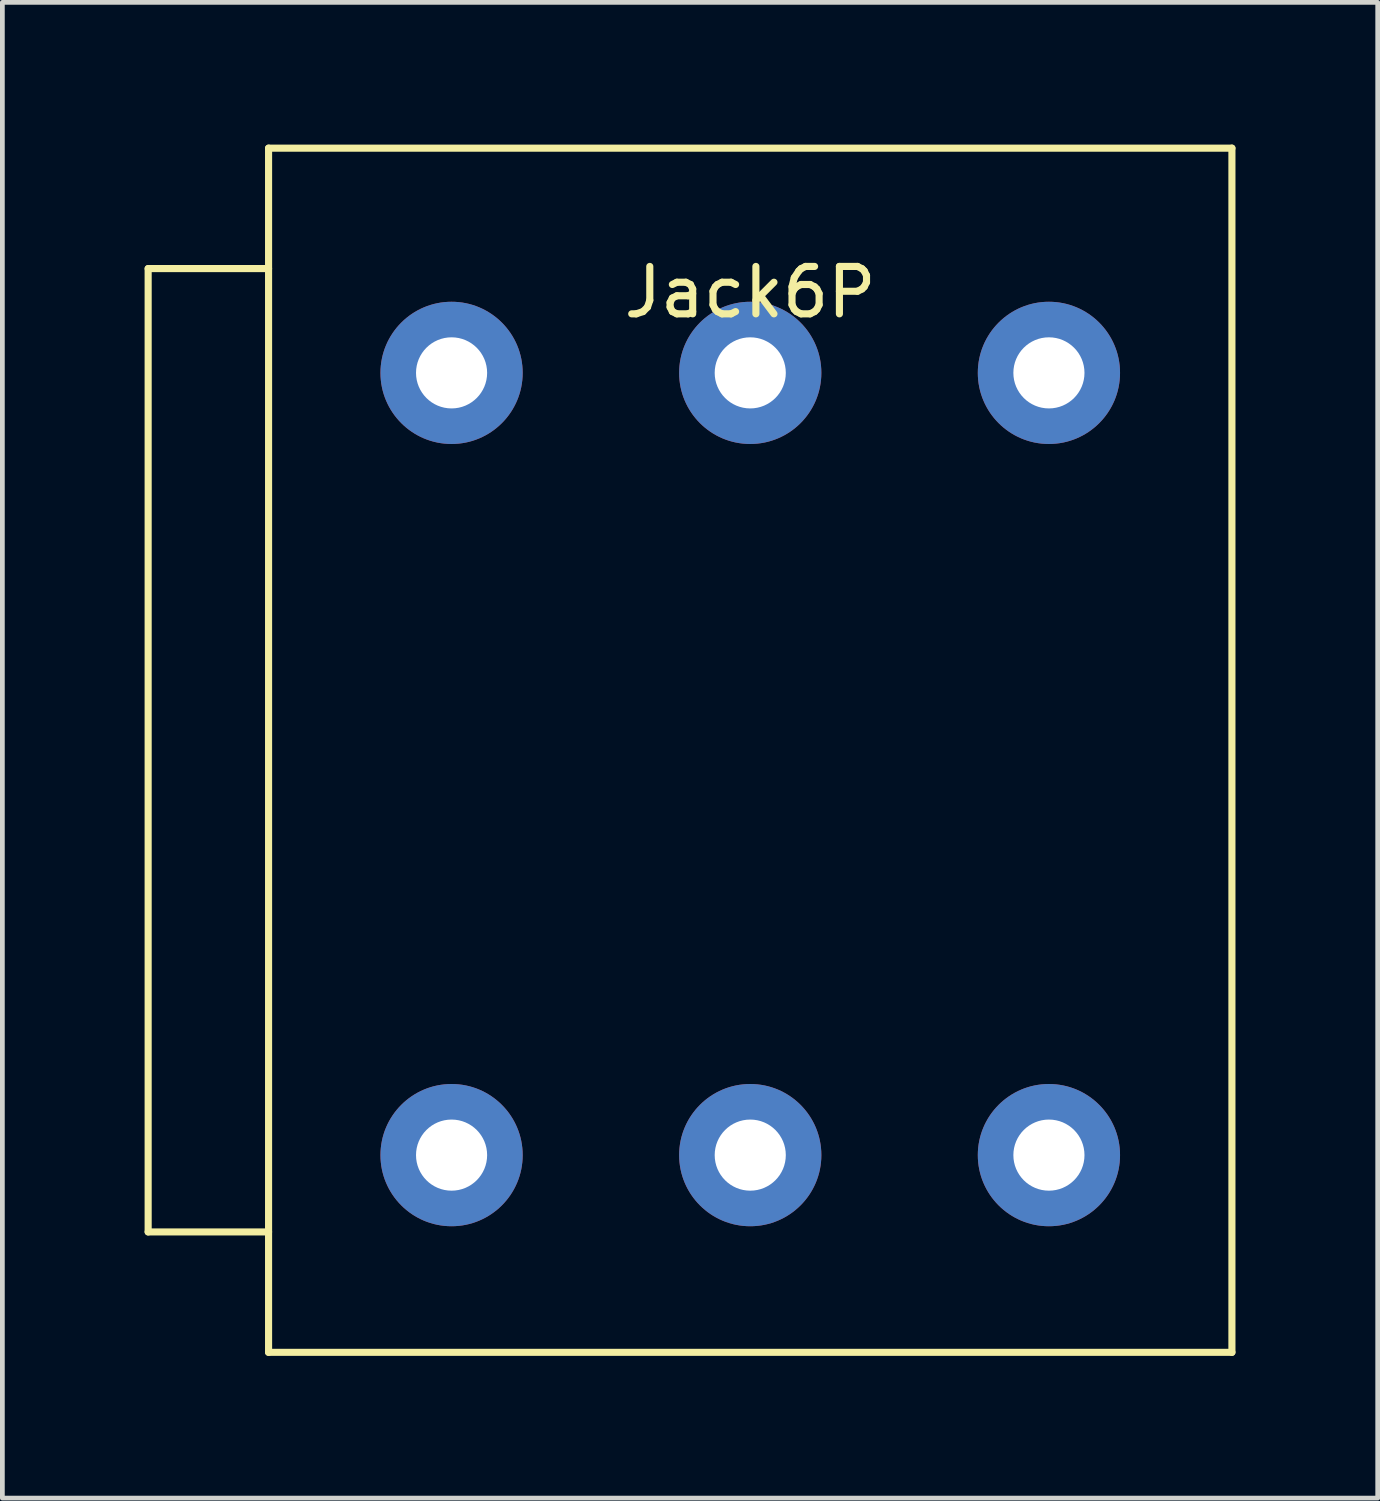
<source format=kicad_pcb>
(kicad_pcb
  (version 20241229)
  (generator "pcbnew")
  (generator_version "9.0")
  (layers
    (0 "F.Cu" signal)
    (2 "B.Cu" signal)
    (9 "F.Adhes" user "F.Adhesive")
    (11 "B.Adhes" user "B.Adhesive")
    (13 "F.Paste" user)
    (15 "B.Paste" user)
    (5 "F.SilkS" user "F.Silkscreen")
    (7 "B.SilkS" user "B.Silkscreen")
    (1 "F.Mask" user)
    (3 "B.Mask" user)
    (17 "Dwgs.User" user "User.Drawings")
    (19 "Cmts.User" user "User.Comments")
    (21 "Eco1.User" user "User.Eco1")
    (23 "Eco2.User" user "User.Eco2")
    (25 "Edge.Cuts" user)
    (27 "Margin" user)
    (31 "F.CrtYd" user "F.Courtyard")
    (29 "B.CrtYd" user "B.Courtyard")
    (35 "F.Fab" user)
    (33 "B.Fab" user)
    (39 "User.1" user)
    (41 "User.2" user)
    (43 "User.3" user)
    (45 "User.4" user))
  (footprint "Jack6P"
    (layer "F.Cu")
    (at 12.775 2.615)
    (property "Reference" "Jack6P" (at 0 0.5 0) (layer "F.SilkS") (effects (font (size 1 1) (thickness 0.15))))
    (attr through_hole)
    (fp_line (start -12.7 0) (end -12.7 20.32) (stroke (width 0.15) (type solid)) (layer "F.SilkS"))
    (fp_line (start -12.7 20.32) (end -10.16 20.32) (stroke (width 0.15) (type solid)) (layer "F.SilkS"))
    (fp_line (start -10.16 -2.54) (end -10.16 22.86) (stroke (width 0.15) (type solid)) (layer "F.SilkS"))
    (fp_line (start -10.16 0) (end -12.7 0) (stroke (width 0.15) (type solid)) (layer "F.SilkS"))
    (fp_line (start -10.16 22.86) (end 10.16 22.86) (stroke (width 0.15) (type solid)) (layer "F.SilkS"))
    (fp_line (start 10.16 -2.54) (end -10.16 -2.54) (stroke (width 0.15) (type solid)) (layer "F.SilkS"))
    (fp_line (start 10.16 22.86) (end 10.16 -2.54) (stroke (width 0.15) (type solid)) (layer "F.SilkS"))
    (pad "1" thru_hole circle (at -6.3 18.7) (size 3 3) (drill 1.5) (layers "*.Cu" "*.Mask"))
    (pad "2" thru_hole circle (at 0 18.7) (size 3 3) (drill 1.5) (layers "*.Cu" "*.Mask"))
    (pad "3" thru_hole circle (at 6.3 18.7) (size 3 3) (drill 1.5) (layers "*.Cu" "*.Mask"))
    (pad "11" thru_hole circle (at -6.3 2.2) (size 3 3) (drill 1.5) (layers "*.Cu" "*.Mask"))
    (pad "21" thru_hole circle (at 0 2.2) (size 3 3) (drill 1.5) (layers "*.Cu" "*.Mask"))
    (pad "31" thru_hole circle (at 6.3 2.2) (size 3 3) (drill 1.5) (layers "*.Cu" "*.Mask")))
  (gr_rect
    (start -3 -3)
    (end 26.01 28.55)
    (stroke (width 0.1) (type default))
    (fill no)
    (layer "Edge.Cuts")))
</source>
